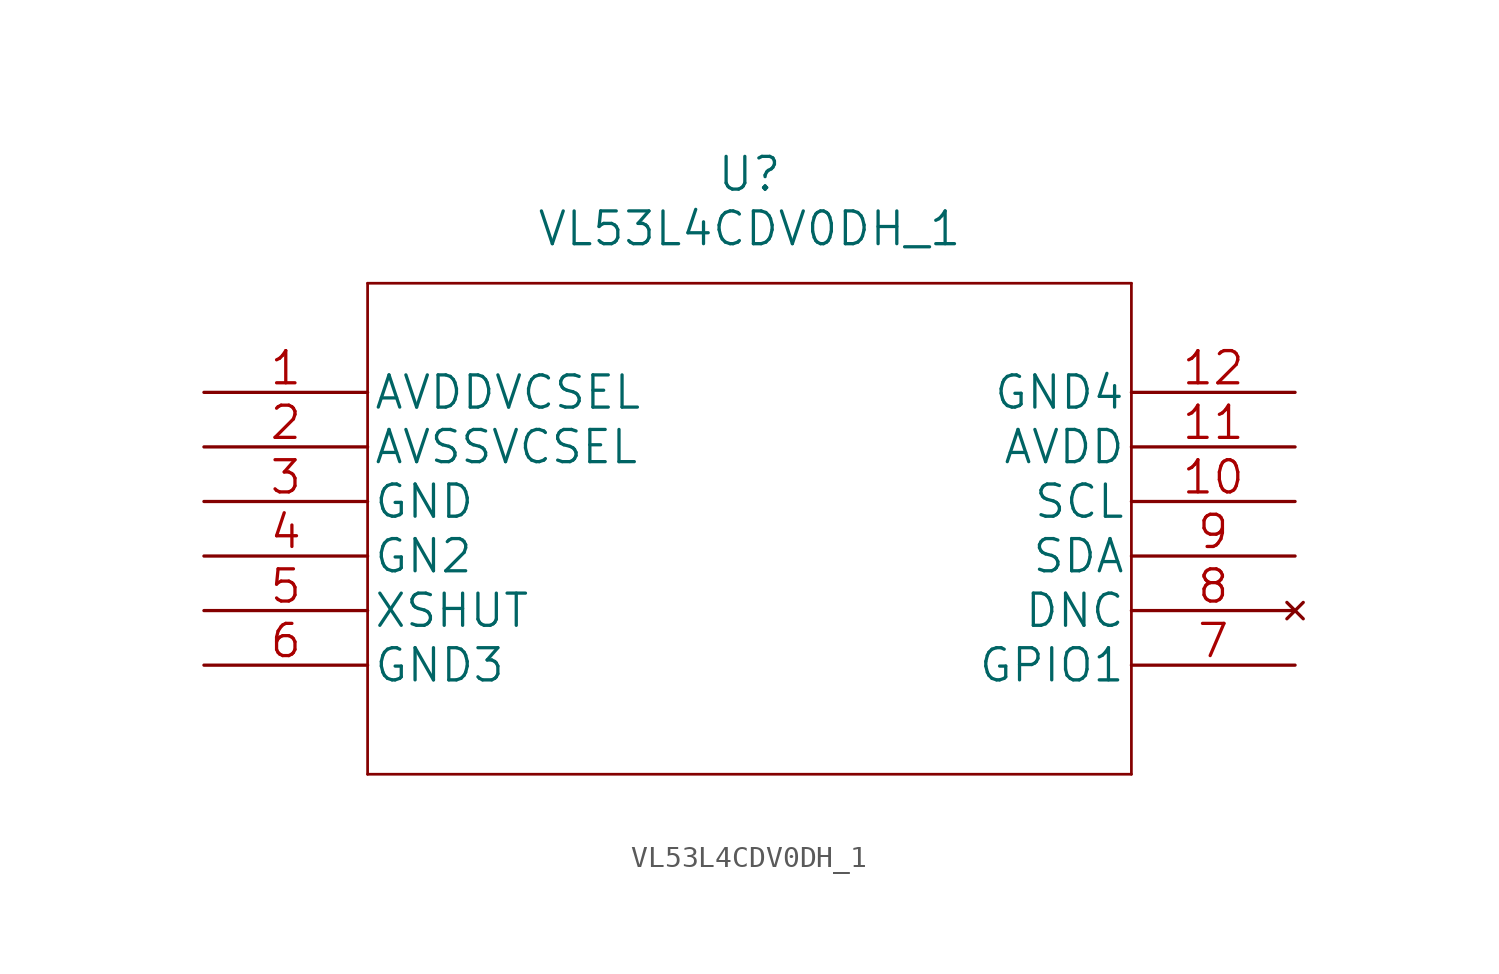
<source format=kicad_sym>
(kicad_symbol_lib
  (version 20220914)
  (generator kicad_symbol_editor)
  (symbol "VL53L4CDV0DH_1"
    (pin_names
      (offset 0.254))
    (property "Reference" "U"
      (at 25.4 10.16 0)
      (effects (font (size 1.524 1.524))))
    (property "Value" "VL53L4CDV0DH_1"
      (at 25.4 7.62 0)
      (effects (font (size 1.524 1.524))))
    (property "Datasheet" ""
      (at 0 0 0)
      (effects (font (size 1.524 1.524))))
    (property "ki_locked" ""
      (at 0 0 0)
      (effects (font (size 1.27 1.27))))
    (symbol "VL53L4CDV0DH_1_1_1"
      (polyline (pts (xy 7.62 -17.78) (xy 43.18 -17.78)) (stroke (width 0.127) (type solid)) (fill (type none)))
      (polyline (pts (xy 7.62 5.08) (xy 7.62 -17.78)) (stroke (width 0.127) (type solid)) (fill (type none)))
      (polyline (pts (xy 43.18 -17.78) (xy 43.18 5.08)) (stroke (width 0.127) (type solid)) (fill (type none)))
      (polyline (pts (xy 43.18 5.08) (xy 7.62 5.08)) (stroke (width 0.127) (type solid)) (fill (type none)))
      (pin power_in line (at 0 0 0) (length 7.62) (name "AVDDVCSEL" (effects (font (size 1.499 1.499)))) (number "1" (effects (font (size 1.499 1.499)))))
      (pin bidirectional line (at 50.8 -5.08 180) (length 7.62) (name "SCL" (effects (font (size 1.499 1.499)))) (number "10" (effects (font (size 1.499 1.499)))))
      (pin power_in line (at 50.8 -2.54 180) (length 7.62) (name "AVDD" (effects (font (size 1.499 1.499)))) (number "11" (effects (font (size 1.499 1.499)))))
      (pin power_in line (at 50.8 0 180) (length 7.62) (name "GND4" (effects (font (size 1.499 1.499)))) (number "12" (effects (font (size 1.499 1.499)))))
      (pin power_in line (at 0 -2.54 0) (length 7.62) (name "AVSSVCSEL" (effects (font (size 1.499 1.499)))) (number "2" (effects (font (size 1.499 1.499)))))
      (pin power_in line (at 0 -5.08 0) (length 7.62) (name "GND" (effects (font (size 1.499 1.499)))) (number "3" (effects (font (size 1.499 1.499)))))
      (pin power_in line (at 0 -7.62 0) (length 7.62) (name "GN2" (effects (font (size 1.499 1.499)))) (number "4" (effects (font (size 1.499 1.499)))))
      (pin input line (at 0 -10.16 0) (length 7.62) (name "XSHUT" (effects (font (size 1.499 1.499)))) (number "5" (effects (font (size 1.499 1.499)))))
      (pin power_in line (at 0 -12.7 0) (length 7.62) (name "GND3" (effects (font (size 1.499 1.499)))) (number "6" (effects (font (size 1.499 1.499)))))
      (pin output line (at 50.8 -12.7 180) (length 7.62) (name "GPIO1" (effects (font (size 1.499 1.499)))) (number "7" (effects (font (size 1.499 1.499)))))
      (pin no_connect line (at 50.8 -10.16 180) (length 7.62) (name "DNC" (effects (font (size 1.499 1.499)))) (number "8" (effects (font (size 1.499 1.499)))))
      (pin bidirectional line (at 50.8 -7.62 180) (length 7.62) (name "SDA" (effects (font (size 1.499 1.499)))) (number "9" (effects (font (size 1.499 1.499))))))))
</source>
